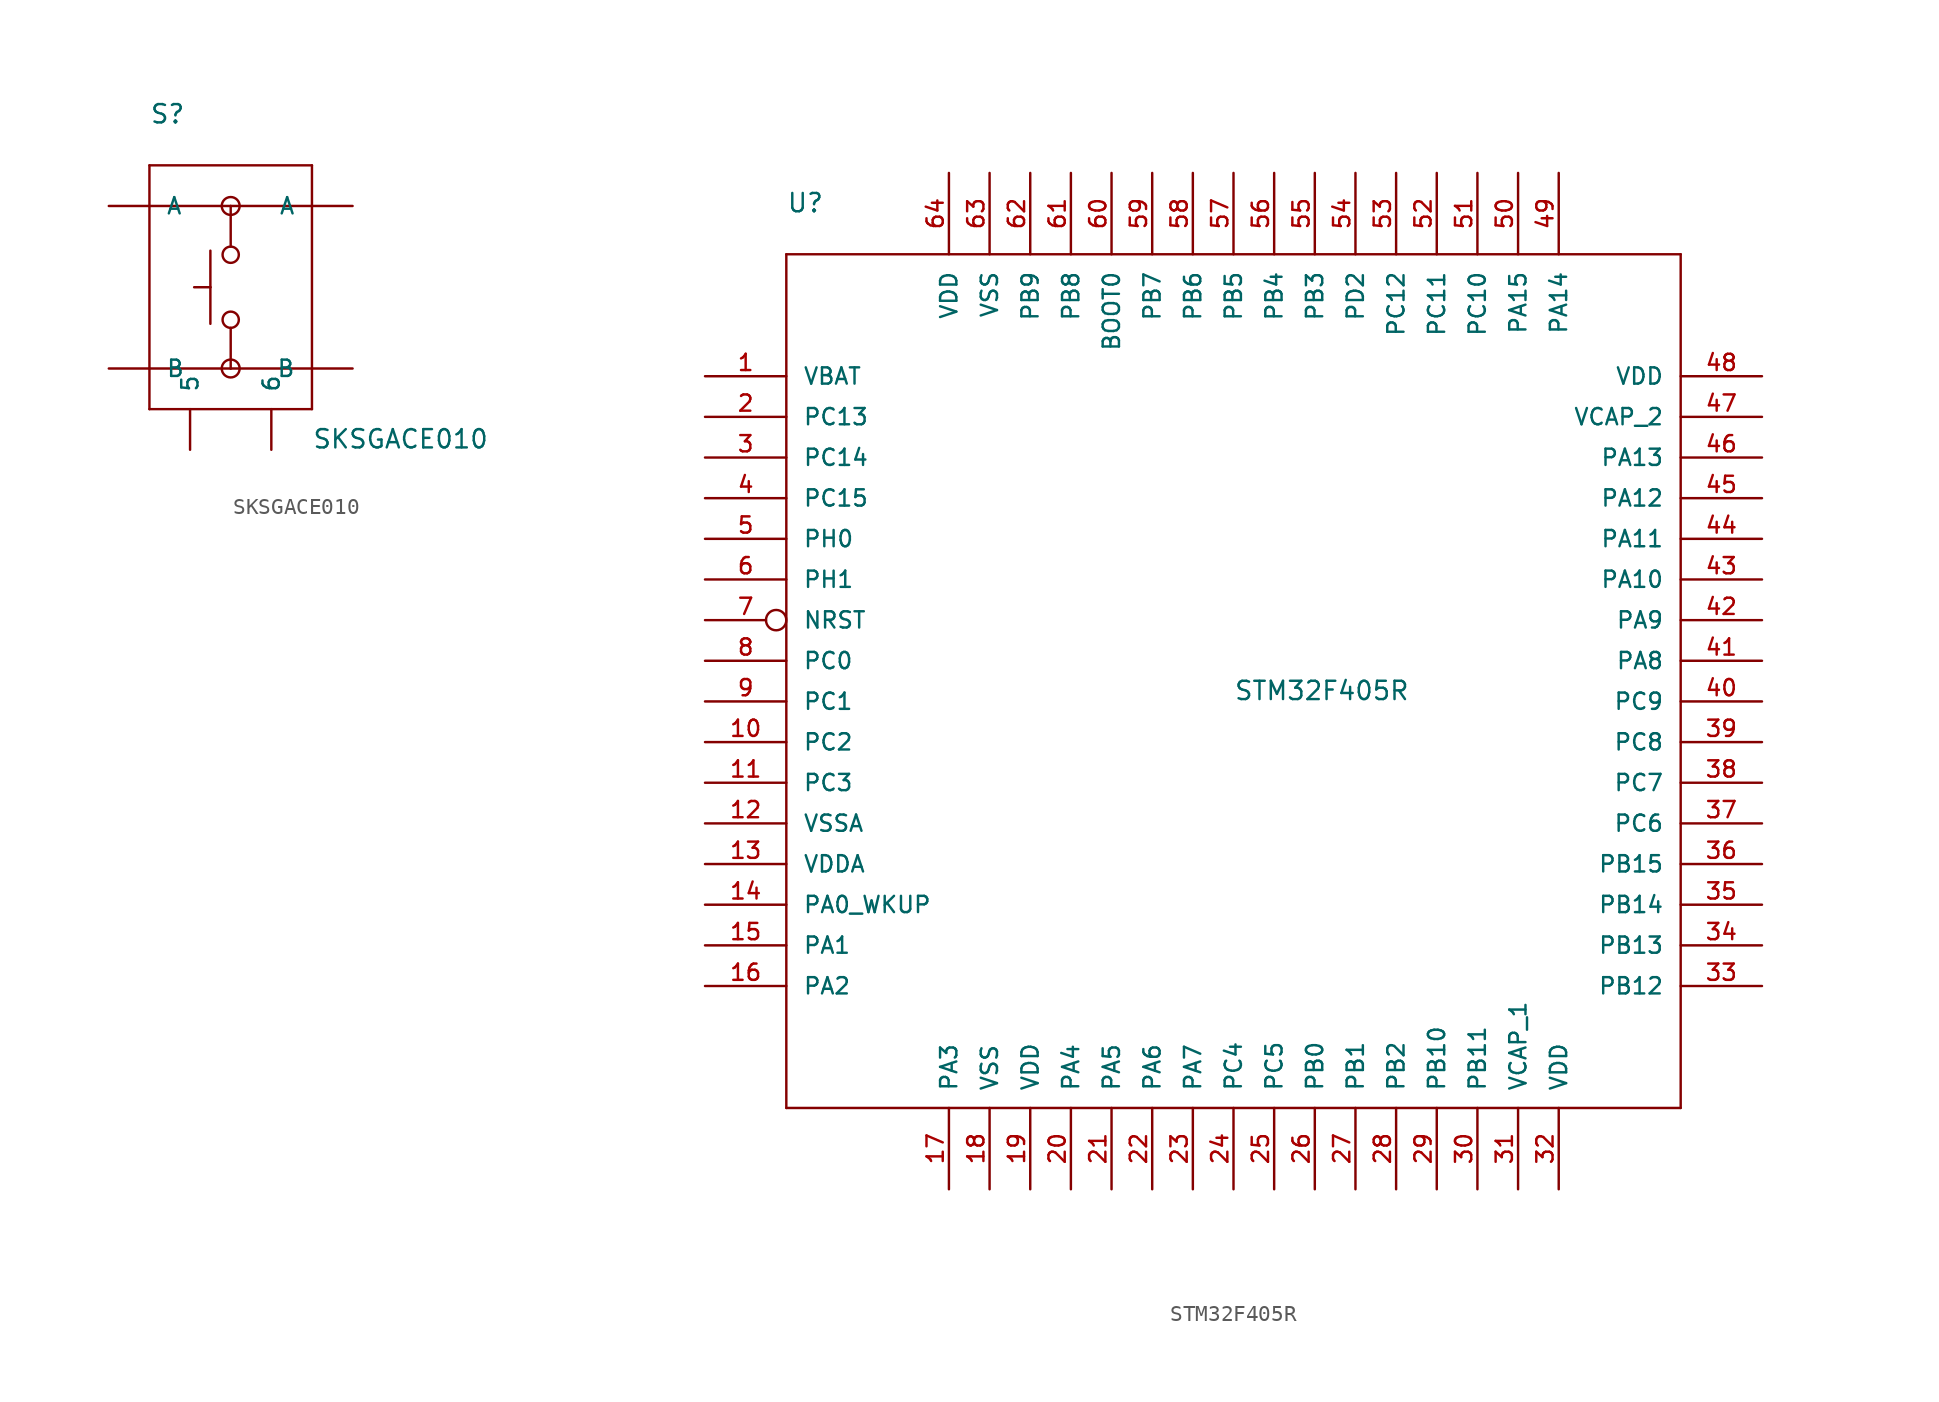
<source format=kicad_sym>
(kicad_symbol_lib
  (version 20211014)
  (generator kicad_symbol_editor)
  (symbol "SKSGACE010"
    (pin_numbers hide)
    (pin_names
      (offset 1.016))
    (property "Reference" "S"
      (at -5.08 10.16 0)
      (effects (font (size 1.143 1.143)) (justify left bottom)))
    (property "Value" "SKSGACE010"
      (at 5.08 -10.16 0)
      (effects (font (size 1.143 1.143)) (justify left bottom)))
    (property "ki_locked" ""
      (at 0 0 0)
      (effects (font (size 1.27 1.27))))
    (symbol "SKSGACE010_1_0"
      (polyline (pts (xy -5.08 -7.62) (xy -5.08 7.62)) (stroke (width 0) (type default) (color 0 0 0 0)) (fill (type none)))
      (polyline (pts (xy -5.08 -5.08) (xy 0 -5.08)) (stroke (width 0) (type default) (color 0 0 0 0)) (fill (type none)))
      (polyline (pts (xy -5.08 5.08) (xy 0 5.08)) (stroke (width 0) (type default) (color 0 0 0 0)) (fill (type none)))
      (polyline (pts (xy -5.08 7.62) (xy 5.08 7.62)) (stroke (width 0) (type default) (color 0 0 0 0)) (fill (type none)))
      (polyline (pts (xy -1.27 0) (xy -2.286 0)) (stroke (width 0) (type default) (color 0 0 0 0)) (fill (type none)))
      (polyline (pts (xy -1.27 0) (xy -1.27 -2.286)) (stroke (width 0) (type default) (color 0 0 0 0)) (fill (type none)))
      (polyline (pts (xy -1.27 2.286) (xy -1.27 0)) (stroke (width 0) (type default) (color 0 0 0 0)) (fill (type none)))
      (polyline (pts (xy 0 -5.08) (xy 0 -2.54)) (stroke (width 0) (type default) (color 0 0 0 0)) (fill (type none)))
      (polyline (pts (xy 0 -5.08) (xy 5.08 -5.08)) (stroke (width 0) (type default) (color 0 0 0 0)) (fill (type none)))
      (polyline (pts (xy 0 5.08) (xy 0 2.54)) (stroke (width 0) (type default) (color 0 0 0 0)) (fill (type none)))
      (polyline (pts (xy 0 5.08) (xy 5.08 5.08)) (stroke (width 0) (type default) (color 0 0 0 0)) (fill (type none)))
      (polyline (pts (xy 5.08 -7.62) (xy -5.08 -7.62)) (stroke (width 0) (type default) (color 0 0 0 0)) (fill (type none)))
      (polyline (pts (xy 5.08 7.62) (xy 5.08 -7.62)) (stroke (width 0) (type default) (color 0 0 0 0)) (fill (type none))))
    (symbol "SKSGACE010_1_1"
      (circle (center 0 -5.08) (radius 0.559) (stroke (width 0) (type default) (color 0 0 0 0)) (fill (type none)))
      (circle (center 0 -2.032) (radius 0.508) (stroke (width 0) (type default) (color 0 0 0 0)) (fill (type none)))
      (circle (center 0 2.032) (radius 0.508) (stroke (width 0) (type default) (color 0 0 0 0)) (fill (type none)))
      (circle (center 0 5.08) (radius 0.559) (stroke (width 0) (type default) (color 0 0 0 0)) (fill (type none)))
      (pin passive line (at -7.62 5.08 0) (length 2.54) (name "A" (effects (font (size 1.016 1.016)))) (number "1" (effects (font (size 1.016 1.016)))))
      (pin passive line (at -7.62 -5.08 0) (length 2.54) (name "B" (effects (font (size 1.016 1.016)))) (number "2" (effects (font (size 1.016 1.016)))))
      (pin passive line (at 7.62 5.08 180) (length 2.54) (name "A" (effects (font (size 1.016 1.016)))) (number "3" (effects (font (size 1.016 1.016)))))
      (pin passive line (at 7.62 -5.08 180) (length 2.54) (name "B" (effects (font (size 1.016 1.016)))) (number "4" (effects (font (size 1.016 1.016)))))
      (pin passive line (at -2.54 -10.16 90) (length 2.54) (name "5" (effects (font (size 1.016 1.016)))) (number "5" (effects (font (size 1.016 1.016)))))
      (pin passive line (at 2.54 -10.16 90) (length 2.54) (name "6" (effects (font (size 1.016 1.016)))) (number "6" (effects (font (size 1.016 1.016)))))))
  (symbol "STM32F405R"
    (pin_names
      (offset 1.016))
    (property "Reference" "U"
      (at -27.94 30.48 0)
      (effects (font (size 1.143 1.143)) (justify left bottom)))
    (property "Value" "STM32F405R"
      (at 0 0 0)
      (effects (font (size 1.143 1.143)) (justify left bottom)))
    (property "ki_locked" ""
      (at 0 0 0)
      (effects (font (size 1.27 1.27))))
    (symbol "STM32F405R_1_0"
      (polyline (pts (xy -27.94 -25.4) (xy -27.94 27.94)) (stroke (width 0) (type default) (color 0 0 0 0)) (fill (type none)))
      (polyline (pts (xy -27.94 27.94) (xy 27.94 27.94)) (stroke (width 0) (type default) (color 0 0 0 0)) (fill (type none)))
      (polyline (pts (xy 27.94 -25.4) (xy -27.94 -25.4)) (stroke (width 0) (type default) (color 0 0 0 0)) (fill (type none)))
      (polyline (pts (xy 27.94 27.94) (xy 27.94 -25.4)) (stroke (width 0) (type default) (color 0 0 0 0)) (fill (type none))))
    (symbol "STM32F405R_1_1"
      (pin power_in line (at -33.02 20.32 0) (length 5.08) (name "VBAT" (effects (font (size 1.016 1.016)))) (number "1" (effects (font (size 1.016 1.016)))))
      (pin bidirectional line (at -33.02 -2.54 0) (length 5.08) (name "PC2" (effects (font (size 1.016 1.016)))) (number "10" (effects (font (size 1.016 1.016)))))
      (pin bidirectional line (at -33.02 -5.08 0) (length 5.08) (name "PC3" (effects (font (size 1.016 1.016)))) (number "11" (effects (font (size 1.016 1.016)))))
      (pin power_in line (at -33.02 -7.62 0) (length 5.08) (name "VSSA" (effects (font (size 1.016 1.016)))) (number "12" (effects (font (size 1.016 1.016)))))
      (pin power_in line (at -33.02 -10.16 0) (length 5.08) (name "VDDA" (effects (font (size 1.016 1.016)))) (number "13" (effects (font (size 1.016 1.016)))))
      (pin bidirectional line (at -33.02 -12.7 0) (length 5.08) (name "PA0_WKUP" (effects (font (size 1.016 1.016)))) (number "14" (effects (font (size 1.016 1.016)))))
      (pin bidirectional line (at -33.02 -15.24 0) (length 5.08) (name "PA1" (effects (font (size 1.016 1.016)))) (number "15" (effects (font (size 1.016 1.016)))))
      (pin bidirectional line (at -33.02 -17.78 0) (length 5.08) (name "PA2" (effects (font (size 1.016 1.016)))) (number "16" (effects (font (size 1.016 1.016)))))
      (pin bidirectional line (at -17.78 -30.48 90) (length 5.08) (name "PA3" (effects (font (size 1.016 1.016)))) (number "17" (effects (font (size 1.016 1.016)))))
      (pin power_in line (at -15.24 -30.48 90) (length 5.08) (name "VSS" (effects (font (size 1.016 1.016)))) (number "18" (effects (font (size 1.016 1.016)))))
      (pin power_in line (at -12.7 -30.48 90) (length 5.08) (name "VDD" (effects (font (size 1.016 1.016)))) (number "19" (effects (font (size 1.016 1.016)))))
      (pin bidirectional line (at -33.02 17.78 0) (length 5.08) (name "PC13" (effects (font (size 1.016 1.016)))) (number "2" (effects (font (size 1.016 1.016)))))
      (pin bidirectional line (at -10.16 -30.48 90) (length 5.08) (name "PA4" (effects (font (size 1.016 1.016)))) (number "20" (effects (font (size 1.016 1.016)))))
      (pin bidirectional line (at -7.62 -30.48 90) (length 5.08) (name "PA5" (effects (font (size 1.016 1.016)))) (number "21" (effects (font (size 1.016 1.016)))))
      (pin bidirectional line (at -5.08 -30.48 90) (length 5.08) (name "PA6" (effects (font (size 1.016 1.016)))) (number "22" (effects (font (size 1.016 1.016)))))
      (pin bidirectional line (at -2.54 -30.48 90) (length 5.08) (name "PA7" (effects (font (size 1.016 1.016)))) (number "23" (effects (font (size 1.016 1.016)))))
      (pin bidirectional line (at 0 -30.48 90) (length 5.08) (name "PC4" (effects (font (size 1.016 1.016)))) (number "24" (effects (font (size 1.016 1.016)))))
      (pin bidirectional line (at 2.54 -30.48 90) (length 5.08) (name "PC5" (effects (font (size 1.016 1.016)))) (number "25" (effects (font (size 1.016 1.016)))))
      (pin bidirectional line (at 5.08 -30.48 90) (length 5.08) (name "PB0" (effects (font (size 1.016 1.016)))) (number "26" (effects (font (size 1.016 1.016)))))
      (pin bidirectional line (at 7.62 -30.48 90) (length 5.08) (name "PB1" (effects (font (size 1.016 1.016)))) (number "27" (effects (font (size 1.016 1.016)))))
      (pin bidirectional line (at 10.16 -30.48 90) (length 5.08) (name "PB2" (effects (font (size 1.016 1.016)))) (number "28" (effects (font (size 1.016 1.016)))))
      (pin bidirectional line (at 12.7 -30.48 90) (length 5.08) (name "PB10" (effects (font (size 1.016 1.016)))) (number "29" (effects (font (size 1.016 1.016)))))
      (pin bidirectional line (at -33.02 15.24 0) (length 5.08) (name "PC14" (effects (font (size 1.016 1.016)))) (number "3" (effects (font (size 1.016 1.016)))))
      (pin bidirectional line (at 15.24 -30.48 90) (length 5.08) (name "PB11" (effects (font (size 1.016 1.016)))) (number "30" (effects (font (size 1.016 1.016)))))
      (pin passive line (at 17.78 -30.48 90) (length 5.08) (name "VCAP_1" (effects (font (size 1.016 1.016)))) (number "31" (effects (font (size 1.016 1.016)))))
      (pin power_in line (at 20.32 -30.48 90) (length 5.08) (name "VDD" (effects (font (size 1.016 1.016)))) (number "32" (effects (font (size 1.016 1.016)))))
      (pin bidirectional line (at 33.02 -17.78 180) (length 5.08) (name "PB12" (effects (font (size 1.016 1.016)))) (number "33" (effects (font (size 1.016 1.016)))))
      (pin bidirectional line (at 33.02 -15.24 180) (length 5.08) (name "PB13" (effects (font (size 1.016 1.016)))) (number "34" (effects (font (size 1.016 1.016)))))
      (pin bidirectional line (at 33.02 -12.7 180) (length 5.08) (name "PB14" (effects (font (size 1.016 1.016)))) (number "35" (effects (font (size 1.016 1.016)))))
      (pin bidirectional line (at 33.02 -10.16 180) (length 5.08) (name "PB15" (effects (font (size 1.016 1.016)))) (number "36" (effects (font (size 1.016 1.016)))))
      (pin bidirectional line (at 33.02 -7.62 180) (length 5.08) (name "PC6" (effects (font (size 1.016 1.016)))) (number "37" (effects (font (size 1.016 1.016)))))
      (pin bidirectional line (at 33.02 -5.08 180) (length 5.08) (name "PC7" (effects (font (size 1.016 1.016)))) (number "38" (effects (font (size 1.016 1.016)))))
      (pin bidirectional line (at 33.02 -2.54 180) (length 5.08) (name "PC8" (effects (font (size 1.016 1.016)))) (number "39" (effects (font (size 1.016 1.016)))))
      (pin bidirectional line (at -33.02 12.7 0) (length 5.08) (name "PC15" (effects (font (size 1.016 1.016)))) (number "4" (effects (font (size 1.016 1.016)))))
      (pin bidirectional line (at 33.02 0 180) (length 5.08) (name "PC9" (effects (font (size 1.016 1.016)))) (number "40" (effects (font (size 1.016 1.016)))))
      (pin bidirectional line (at 33.02 2.54 180) (length 5.08) (name "PA8" (effects (font (size 1.016 1.016)))) (number "41" (effects (font (size 1.016 1.016)))))
      (pin bidirectional line (at 33.02 5.08 180) (length 5.08) (name "PA9" (effects (font (size 1.016 1.016)))) (number "42" (effects (font (size 1.016 1.016)))))
      (pin bidirectional line (at 33.02 7.62 180) (length 5.08) (name "PA10" (effects (font (size 1.016 1.016)))) (number "43" (effects (font (size 1.016 1.016)))))
      (pin bidirectional line (at 33.02 10.16 180) (length 5.08) (name "PA11" (effects (font (size 1.016 1.016)))) (number "44" (effects (font (size 1.016 1.016)))))
      (pin bidirectional line (at 33.02 12.7 180) (length 5.08) (name "PA12" (effects (font (size 1.016 1.016)))) (number "45" (effects (font (size 1.016 1.016)))))
      (pin bidirectional line (at 33.02 15.24 180) (length 5.08) (name "PA13" (effects (font (size 1.016 1.016)))) (number "46" (effects (font (size 1.016 1.016)))))
      (pin passive line (at 33.02 17.78 180) (length 5.08) (name "VCAP_2" (effects (font (size 1.016 1.016)))) (number "47" (effects (font (size 1.016 1.016)))))
      (pin power_in line (at 33.02 20.32 180) (length 5.08) (name "VDD" (effects (font (size 1.016 1.016)))) (number "48" (effects (font (size 1.016 1.016)))))
      (pin bidirectional line (at 20.32 33.02 270) (length 5.08) (name "PA14" (effects (font (size 1.016 1.016)))) (number "49" (effects (font (size 1.016 1.016)))))
      (pin bidirectional line (at -33.02 10.16 0) (length 5.08) (name "PH0" (effects (font (size 1.016 1.016)))) (number "5" (effects (font (size 1.016 1.016)))))
      (pin bidirectional line (at 17.78 33.02 270) (length 5.08) (name "PA15" (effects (font (size 1.016 1.016)))) (number "50" (effects (font (size 1.016 1.016)))))
      (pin bidirectional line (at 15.24 33.02 270) (length 5.08) (name "PC10" (effects (font (size 1.016 1.016)))) (number "51" (effects (font (size 1.016 1.016)))))
      (pin bidirectional line (at 12.7 33.02 270) (length 5.08) (name "PC11" (effects (font (size 1.016 1.016)))) (number "52" (effects (font (size 1.016 1.016)))))
      (pin bidirectional line (at 10.16 33.02 270) (length 5.08) (name "PC12" (effects (font (size 1.016 1.016)))) (number "53" (effects (font (size 1.016 1.016)))))
      (pin bidirectional line (at 7.62 33.02 270) (length 5.08) (name "PD2" (effects (font (size 1.016 1.016)))) (number "54" (effects (font (size 1.016 1.016)))))
      (pin bidirectional line (at 5.08 33.02 270) (length 5.08) (name "PB3" (effects (font (size 1.016 1.016)))) (number "55" (effects (font (size 1.016 1.016)))))
      (pin bidirectional line (at 2.54 33.02 270) (length 5.08) (name "PB4" (effects (font (size 1.016 1.016)))) (number "56" (effects (font (size 1.016 1.016)))))
      (pin bidirectional line (at 0 33.02 270) (length 5.08) (name "PB5" (effects (font (size 1.016 1.016)))) (number "57" (effects (font (size 1.016 1.016)))))
      (pin bidirectional line (at -2.54 33.02 270) (length 5.08) (name "PB6" (effects (font (size 1.016 1.016)))) (number "58" (effects (font (size 1.016 1.016)))))
      (pin bidirectional line (at -5.08 33.02 270) (length 5.08) (name "PB7" (effects (font (size 1.016 1.016)))) (number "59" (effects (font (size 1.016 1.016)))))
      (pin bidirectional line (at -33.02 7.62 0) (length 5.08) (name "PH1" (effects (font (size 1.016 1.016)))) (number "6" (effects (font (size 1.016 1.016)))))
      (pin bidirectional line (at -7.62 33.02 270) (length 5.08) (name "BOOT0" (effects (font (size 1.016 1.016)))) (number "60" (effects (font (size 1.016 1.016)))))
      (pin bidirectional line (at -10.16 33.02 270) (length 5.08) (name "PB8" (effects (font (size 1.016 1.016)))) (number "61" (effects (font (size 1.016 1.016)))))
      (pin bidirectional line (at -12.7 33.02 270) (length 5.08) (name "PB9" (effects (font (size 1.016 1.016)))) (number "62" (effects (font (size 1.016 1.016)))))
      (pin power_in line (at -15.24 33.02 270) (length 5.08) (name "VSS" (effects (font (size 1.016 1.016)))) (number "63" (effects (font (size 1.016 1.016)))))
      (pin power_in line (at -17.78 33.02 270) (length 5.08) (name "VDD" (effects (font (size 1.016 1.016)))) (number "64" (effects (font (size 1.016 1.016)))))
      (pin input inverted (at -33.02 5.08 0) (length 5.08) (name "NRST" (effects (font (size 1.016 1.016)))) (number "7" (effects (font (size 1.016 1.016)))))
      (pin bidirectional line (at -33.02 2.54 0) (length 5.08) (name "PC0" (effects (font (size 1.016 1.016)))) (number "8" (effects (font (size 1.016 1.016)))))
      (pin bidirectional line (at -33.02 0 0) (length 5.08) (name "PC1" (effects (font (size 1.016 1.016)))) (number "9" (effects (font (size 1.016 1.016))))))))
</source>
